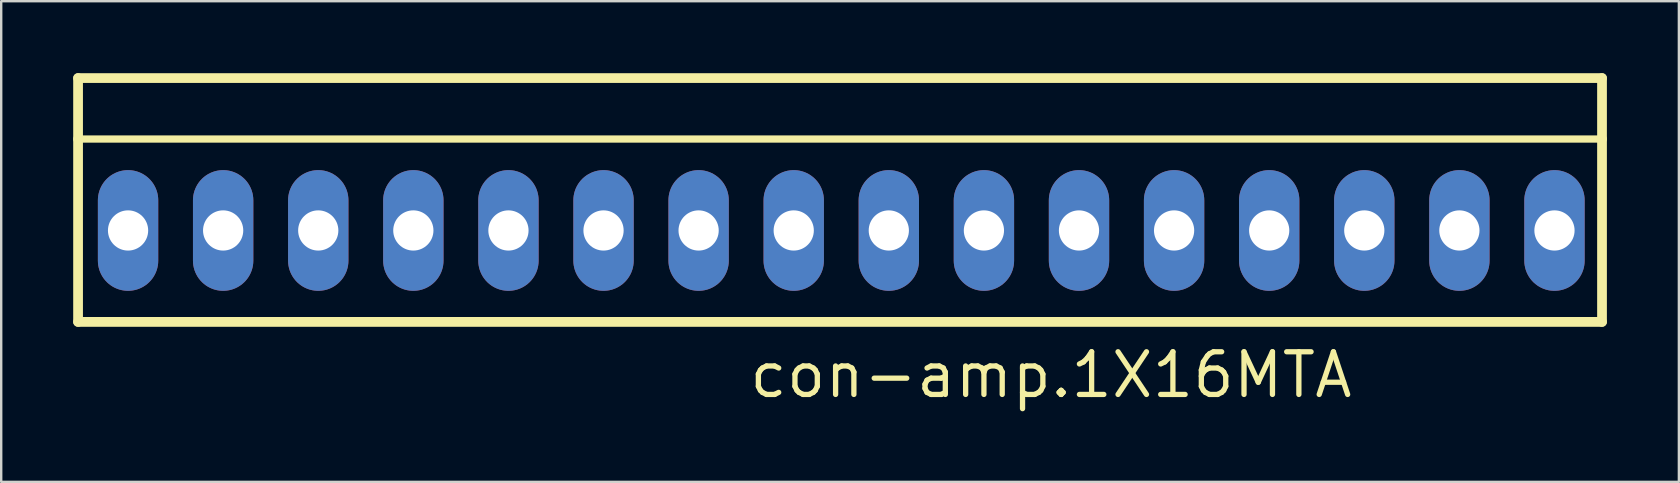
<source format=kicad_pcb>
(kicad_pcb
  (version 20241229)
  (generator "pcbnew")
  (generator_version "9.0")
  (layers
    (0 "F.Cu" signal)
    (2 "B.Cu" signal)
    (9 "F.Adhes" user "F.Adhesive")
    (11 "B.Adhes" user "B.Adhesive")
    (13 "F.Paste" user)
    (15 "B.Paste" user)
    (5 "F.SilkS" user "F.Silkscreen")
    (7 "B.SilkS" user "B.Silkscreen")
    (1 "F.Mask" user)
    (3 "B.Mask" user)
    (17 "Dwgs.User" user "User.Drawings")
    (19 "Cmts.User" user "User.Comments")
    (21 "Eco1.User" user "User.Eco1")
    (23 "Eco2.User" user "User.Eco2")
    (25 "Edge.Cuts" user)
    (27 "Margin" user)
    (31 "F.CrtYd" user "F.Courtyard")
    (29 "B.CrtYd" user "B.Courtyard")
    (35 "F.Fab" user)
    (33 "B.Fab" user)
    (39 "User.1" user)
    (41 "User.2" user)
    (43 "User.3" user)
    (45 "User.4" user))
  (footprint "con-amp.1X16MTA"
    (layer "F.Cu")
    (at 32.004 6.553)
    (property "Reference" "con-amp.1X16MTA" (at -3.937 7.061 0) (layer "F.SilkS") (effects (font (size 1.778 1.778) (thickness 0.22)) (justify left bottom)))
    (attr through_hole)
    (fp_line (start -31.801 -6.35) (end 31.699 -6.35) (stroke (width 0.406) (type default)) (layer "F.SilkS"))
    (fp_line (start -31.801 -3.81) (end -31.801 -6.35) (stroke (width 0.406) (type default)) (layer "F.SilkS"))
    (fp_line (start -31.801 -3.81) (end 31.699 -3.81) (stroke (width 0.305) (type default)) (layer "F.SilkS"))
    (fp_line (start -31.801 3.81) (end -31.801 -3.81) (stroke (width 0.406) (type default)) (layer "F.SilkS"))
    (fp_line (start -31.801 3.81) (end 31.699 3.81) (stroke (width 0.406) (type default)) (layer "F.SilkS"))
    (fp_line (start 31.699 -6.35) (end 31.699 -3.81) (stroke (width 0.406) (type default)) (layer "F.SilkS"))
    (fp_line (start 31.699 -3.81) (end 31.699 3.81) (stroke (width 0.406) (type default)) (layer "F.SilkS"))
    (fp_rect (start -30.226 0.508) (end -29.21 -0.508) (stroke (width 0.05) (type default)) (fill yes) (layer "F.SilkS"))
    (fp_rect (start -26.264 0.508) (end -25.248 -0.508) (stroke (width 0.05) (type default)) (fill yes) (layer "F.SilkS"))
    (fp_rect (start -22.301 0.508) (end -21.285 -0.508) (stroke (width 0.05) (type default)) (fill yes) (layer "F.SilkS"))
    (fp_rect (start -18.339 0.508) (end -17.323 -0.508) (stroke (width 0.05) (type default)) (fill yes) (layer "F.SilkS"))
    (fp_rect (start -14.376 0.508) (end -13.36 -0.508) (stroke (width 0.05) (type default)) (fill yes) (layer "F.SilkS"))
    (fp_rect (start -10.414 0.508) (end -9.398 -0.508) (stroke (width 0.05) (type default)) (fill yes) (layer "F.SilkS"))
    (fp_rect (start -6.452 0.508) (end -5.436 -0.508) (stroke (width 0.05) (type default)) (fill yes) (layer "F.SilkS"))
    (fp_rect (start -2.489 0.508) (end -1.473 -0.508) (stroke (width 0.05) (type default)) (fill yes) (layer "F.SilkS"))
    (fp_rect (start 1.473 0.508) (end 2.489 -0.508) (stroke (width 0.05) (type default)) (fill yes) (layer "F.SilkS"))
    (fp_rect (start 5.436 0.508) (end 6.452 -0.508) (stroke (width 0.05) (type default)) (fill yes) (layer "F.SilkS"))
    (fp_rect (start 9.398 0.508) (end 10.414 -0.508) (stroke (width 0.05) (type default)) (fill yes) (layer "F.SilkS"))
    (fp_rect (start 13.36 0.508) (end 14.376 -0.508) (stroke (width 0.05) (type default)) (fill yes) (layer "F.SilkS"))
    (fp_rect (start 17.323 0.508) (end 18.339 -0.508) (stroke (width 0.05) (type default)) (fill yes) (layer "F.SilkS"))
    (fp_rect (start 21.285 0.508) (end 22.301 -0.508) (stroke (width 0.05) (type default)) (fill yes) (layer "F.SilkS"))
    (fp_rect (start 25.248 0.508) (end 26.264 -0.508) (stroke (width 0.05) (type default)) (fill yes) (layer "F.SilkS"))
    (fp_rect (start 29.21 0.508) (end 30.226 -0.508) (stroke (width 0.05) (type default)) (fill yes) (layer "F.SilkS"))
    (pad "1" thru_hole oval (at 29.718 0 90) (size 5.029 2.515) (drill 1.676) (layers "*.Cu" "*.Mask"))
    (pad "2" thru_hole oval (at 25.756 0 90) (size 5.029 2.515) (drill 1.676) (layers "*.Cu" "*.Mask"))
    (pad "3" thru_hole oval (at 21.793 0 90) (size 5.029 2.515) (drill 1.676) (layers "*.Cu" "*.Mask"))
    (pad "4" thru_hole oval (at 17.831 0 90) (size 5.029 2.515) (drill 1.676) (layers "*.Cu" "*.Mask"))
    (pad "5" thru_hole oval (at 13.868 0 90) (size 5.029 2.515) (drill 1.676) (layers "*.Cu" "*.Mask"))
    (pad "6" thru_hole oval (at 9.906 0 90) (size 5.029 2.515) (drill 1.676) (layers "*.Cu" "*.Mask"))
    (pad "7" thru_hole oval (at 5.944 0 90) (size 5.029 2.515) (drill 1.676) (layers "*.Cu" "*.Mask"))
    (pad "8" thru_hole oval (at 1.981 0 90) (size 5.029 2.515) (drill 1.676) (layers "*.Cu" "*.Mask"))
    (pad "9" thru_hole oval (at -1.981 0 90) (size 5.029 2.515) (drill 1.676) (layers "*.Cu" "*.Mask"))
    (pad "10" thru_hole oval (at -5.944 0 90) (size 5.029 2.515) (drill 1.676) (layers "*.Cu" "*.Mask"))
    (pad "11" thru_hole oval (at -9.906 0 90) (size 5.029 2.515) (drill 1.676) (layers "*.Cu" "*.Mask"))
    (pad "12" thru_hole oval (at -13.868 0 90) (size 5.029 2.515) (drill 1.676) (layers "*.Cu" "*.Mask"))
    (pad "13" thru_hole oval (at -17.831 0 90) (size 5.029 2.515) (drill 1.676) (layers "*.Cu" "*.Mask"))
    (pad "14" thru_hole oval (at -21.793 0 90) (size 5.029 2.515) (drill 1.676) (layers "*.Cu" "*.Mask"))
    (pad "15" thru_hole oval (at -25.756 0 90) (size 5.029 2.515) (drill 1.676) (layers "*.Cu" "*.Mask"))
    (pad "16" thru_hole oval (at -29.718 0 90) (size 5.029 2.515) (drill 1.676) (layers "*.Cu" "*.Mask")))
  (gr_rect
    (start -3 -3)
    (end 66.906 17.029)
    (stroke (width 0.1) (type default))
    (fill no)
    (layer "Edge.Cuts")))
</source>
